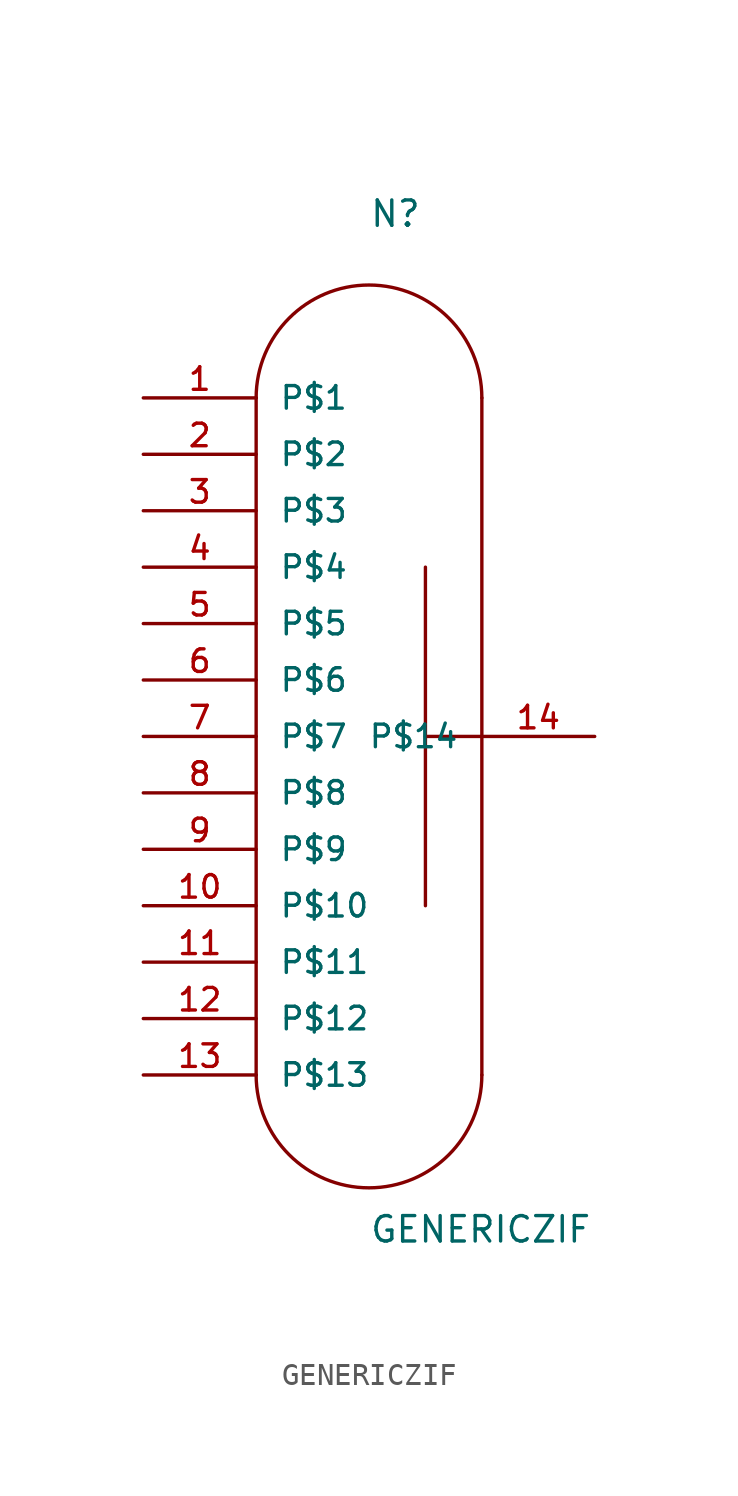
<source format=kicad_sym>
(kicad_symbol_lib
  (version 20220914)
  (generator kicad_symbol_editor)
  (symbol "GENERICZIF"
    (pin_names
      (offset 1.016))
    (property "Reference" "N"
      (at 0 22.86 0)
      (effects (font (size 1.143 1.143)) (justify left bottom)))
    (property "Value" "GENERICZIF"
      (at 0 -22.86 0)
      (effects (font (size 1.143 1.143)) (justify left bottom)))
    (property "ki_locked" ""
      (at 0 0 0)
      (effects (font (size 1.27 1.27))))
    (symbol "GENERICZIF_1_0"
      (polyline (pts (xy -5.08 15.24) (xy -5.08 -15.24)) (stroke (width 0) (type solid)) (fill (type none)))
      (polyline (pts (xy 2.54 0) (xy 2.54 -7.62)) (stroke (width 0) (type solid)) (fill (type none)))
      (polyline (pts (xy 2.54 7.62) (xy 2.54 0)) (stroke (width 0) (type solid)) (fill (type none)))
      (polyline (pts (xy 5.08 0) (xy 2.54 0)) (stroke (width 0) (type solid)) (fill (type none)))
      (polyline (pts (xy 5.08 0) (xy 5.08 -15.24)) (stroke (width 0) (type solid)) (fill (type none)))
      (polyline (pts (xy 5.08 15.24) (xy 5.08 0)) (stroke (width 0) (type solid)) (fill (type none))))
    (symbol "GENERICZIF_1_1"
      (arc (start -5.08 -15.24) (mid 0 -20.2979) (end 5.08 -15.24) (stroke (width 0) (type solid)) (fill (type none)))
      (arc (start 5.08 15.24) (mid 0 20.2979) (end -5.08 15.24) (stroke (width 0) (type solid)) (fill (type none)))
      (pin passive line (at -10.16 15.24 0) (length 5.08) (name "P$1" (effects (font (size 1.016 1.016)))) (number "1" (effects (font (size 1.016 1.016)))))
      (pin passive line (at -10.16 -7.62 0) (length 5.08) (name "P$10" (effects (font (size 1.016 1.016)))) (number "10" (effects (font (size 1.016 1.016)))))
      (pin passive line (at -10.16 -10.16 0) (length 5.08) (name "P$11" (effects (font (size 1.016 1.016)))) (number "11" (effects (font (size 1.016 1.016)))))
      (pin passive line (at -10.16 -12.7 0) (length 5.08) (name "P$12" (effects (font (size 1.016 1.016)))) (number "12" (effects (font (size 1.016 1.016)))))
      (pin passive line (at -10.16 -15.24 0) (length 5.08) (name "P$13" (effects (font (size 1.016 1.016)))) (number "13" (effects (font (size 1.016 1.016)))))
      (pin passive line (at 10.16 0 180) (length 5.08) (name "P$14" (effects (font (size 1.016 1.016)))) (number "14" (effects (font (size 1.016 1.016)))))
      (pin passive line (at -10.16 12.7 0) (length 5.08) (name "P$2" (effects (font (size 1.016 1.016)))) (number "2" (effects (font (size 1.016 1.016)))))
      (pin passive line (at -10.16 10.16 0) (length 5.08) (name "P$3" (effects (font (size 1.016 1.016)))) (number "3" (effects (font (size 1.016 1.016)))))
      (pin passive line (at -10.16 7.62 0) (length 5.08) (name "P$4" (effects (font (size 1.016 1.016)))) (number "4" (effects (font (size 1.016 1.016)))))
      (pin passive line (at -10.16 5.08 0) (length 5.08) (name "P$5" (effects (font (size 1.016 1.016)))) (number "5" (effects (font (size 1.016 1.016)))))
      (pin passive line (at -10.16 2.54 0) (length 5.08) (name "P$6" (effects (font (size 1.016 1.016)))) (number "6" (effects (font (size 1.016 1.016)))))
      (pin passive line (at -10.16 0 0) (length 5.08) (name "P$7" (effects (font (size 1.016 1.016)))) (number "7" (effects (font (size 1.016 1.016)))))
      (pin passive line (at -10.16 -2.54 0) (length 5.08) (name "P$8" (effects (font (size 1.016 1.016)))) (number "8" (effects (font (size 1.016 1.016)))))
      (pin passive line (at -10.16 -5.08 0) (length 5.08) (name "P$9" (effects (font (size 1.016 1.016)))) (number "9" (effects (font (size 1.016 1.016))))))))
</source>
